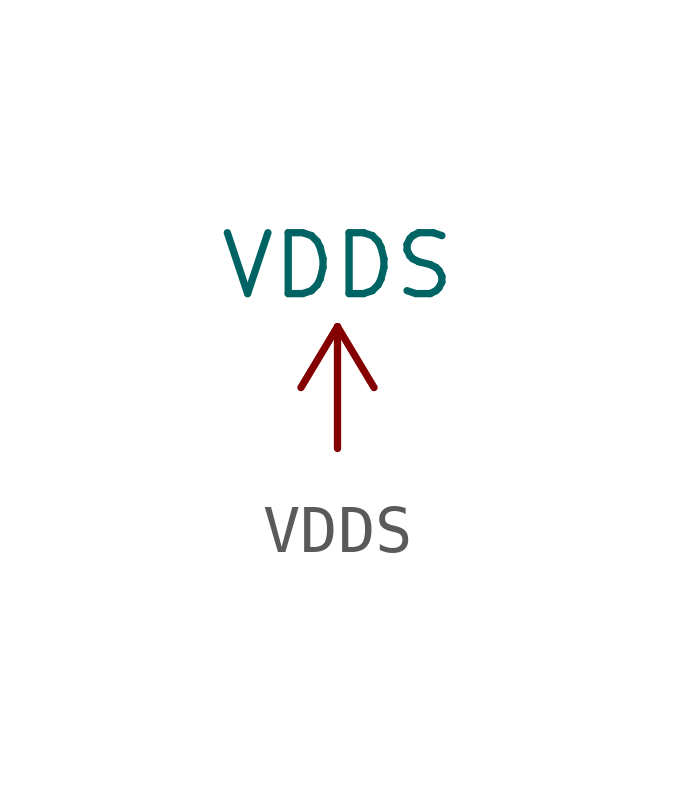
<source format=kicad_sym>
(kicad_symbol_lib
  (version 20231120)
  (generator "kicad_symbol_editor")
  (generator_version "8.0")
  (symbol "VDDS"
    (power)
    (pin_names
      (offset 0))
    (property "Reference" "#PWR"
      (at 0 -3.81 0)
      (effects (font (size 1.27 1.27)) (hide yes)))
    (property "Value" "VDDS"
      (at 0 3.81 0)
      (effects (font (size 1.27 1.27))))
    (symbol "VDDS_0_1"
      (polyline (pts (xy -0.762 1.27) (xy 0 2.54)) (stroke (width 0) (type default)) (fill (type none)))
      (polyline (pts (xy 0 0) (xy 0 2.54)) (stroke (width 0) (type default)) (fill (type none)))
      (polyline (pts (xy 0 2.54) (xy 0.762 1.27)) (stroke (width 0) (type default)) (fill (type none))))
    (symbol "VDDS_1_1"
      (pin power_in line (at 0 0 90) (length 0) hide (name "VDDS" (effects (font (size 1.27 1.27)))) (number "1" (effects (font (size 1.27 1.27))))))))
</source>
